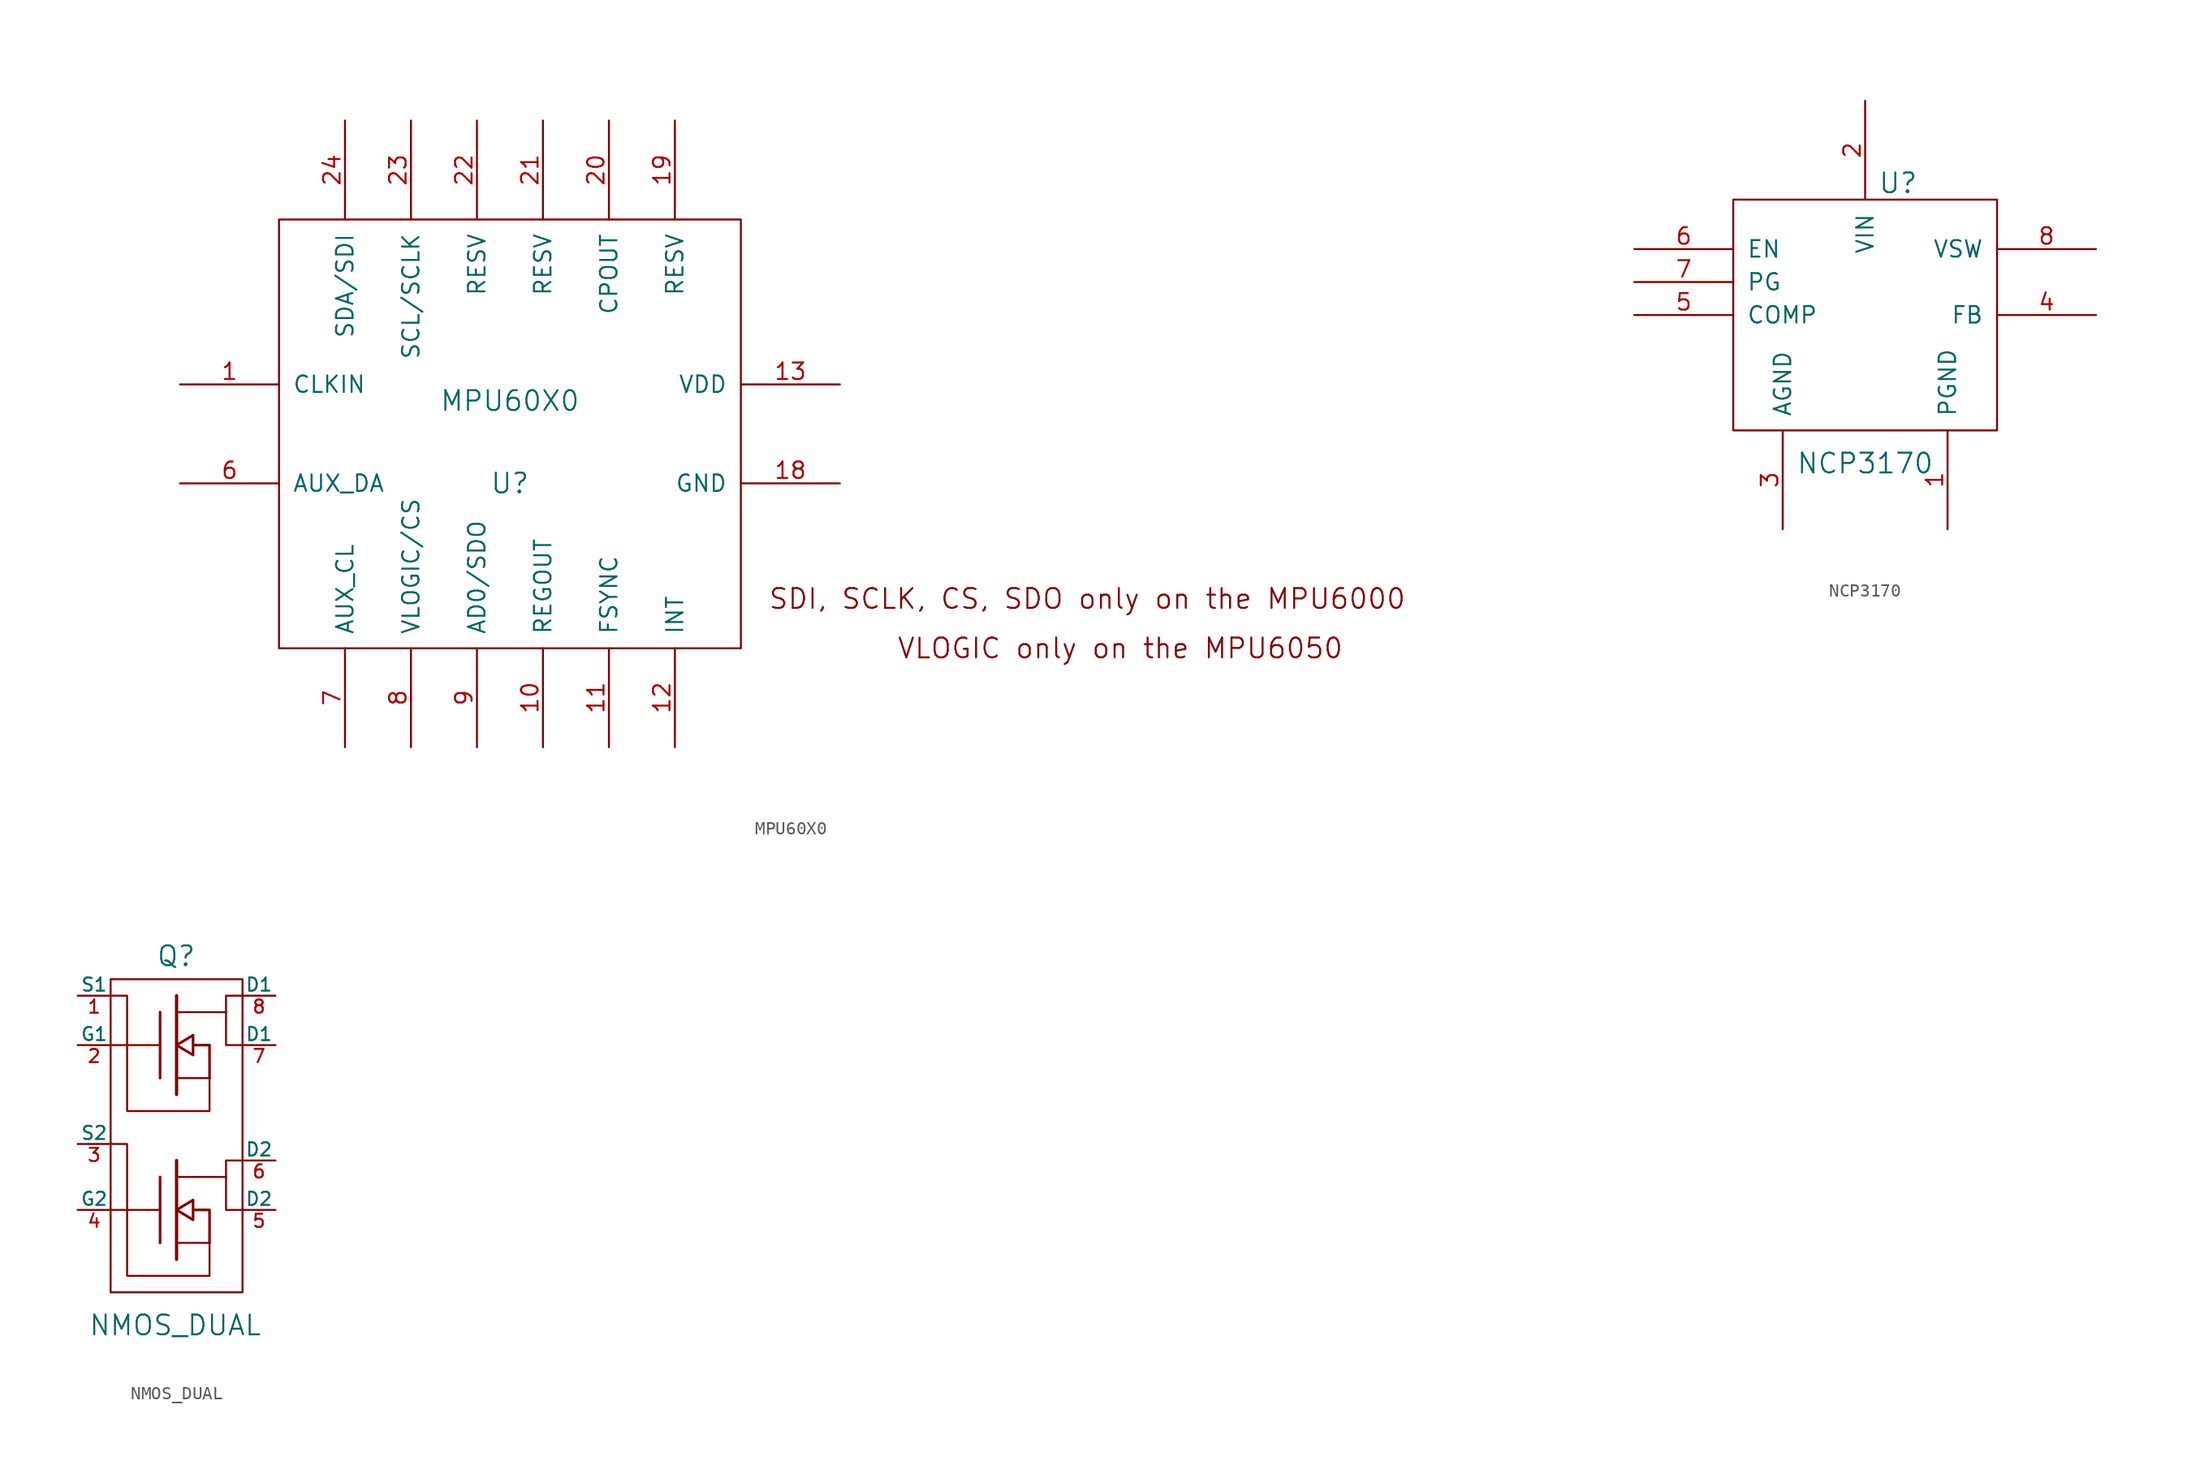
<source format=kicad_sym>
(kicad_symbol_lib
  (version 20211014)
  (generator kicad_symbol_editor)
  (symbol "MPU60X0"
    (pin_names
      (offset 1.016))
    (property "Reference" "U"
      (at 0 -3.81 0)
      (effects (font (size 1.524 1.524))))
    (property "Value" "MPU60X0"
      (at 0 2.54 0)
      (effects (font (size 1.524 1.524))))
    (property "Footprint" ""
      (at 0 0 0)
      (effects (font (size 1.524 1.524))))
    (property "Datasheet" ""
      (at 0 0 0)
      (effects (font (size 1.524 1.524))))
    (symbol "MPU60X0_0_0"
      (text "SDI, SCLK, CS, SDO only on the MPU6000" (at 44.45 -12.7 0) (effects (font (size 1.524 1.524))))
      (text "VLOGIC only on the MPU6050" (at 46.99 -16.51 0) (effects (font (size 1.524 1.524)))))
    (symbol "MPU60X0_0_1"
      (rectangle (start -17.78 16.51) (end 17.78 -16.51) (stroke (width 0) (type default) (color 0 0 0 0)) (fill (type none))))
    (symbol "MPU60X0_1_1"
      (pin input line (at -25.4 3.81 0) (length 7.62) (name "CLKIN" (effects (font (size 1.27 1.27)))) (number "1" (effects (font (size 1.27 1.27)))))
      (pin input line (at 2.54 -24.13 90) (length 7.62) (name "REGOUT" (effects (font (size 1.27 1.27)))) (number "10" (effects (font (size 1.27 1.27)))))
      (pin input line (at 7.62 -24.13 90) (length 7.62) (name "FSYNC" (effects (font (size 1.27 1.27)))) (number "11" (effects (font (size 1.27 1.27)))))
      (pin input line (at 12.7 -24.13 90) (length 7.62) (name "INT" (effects (font (size 1.27 1.27)))) (number "12" (effects (font (size 1.27 1.27)))))
      (pin power_in line (at 25.4 3.81 180) (length 7.62) (name "VDD" (effects (font (size 1.27 1.27)))) (number "13" (effects (font (size 1.27 1.27)))))
      (pin power_in line (at 25.4 -3.81 180) (length 7.62) (name "GND" (effects (font (size 1.27 1.27)))) (number "18" (effects (font (size 1.27 1.27)))))
      (pin input line (at 12.7 24.13 270) (length 7.62) (name "RESV" (effects (font (size 1.27 1.27)))) (number "19" (effects (font (size 1.27 1.27)))))
      (pin input line (at 7.62 24.13 270) (length 7.62) (name "CPOUT" (effects (font (size 1.27 1.27)))) (number "20" (effects (font (size 1.27 1.27)))))
      (pin input line (at 2.54 24.13 270) (length 7.62) (name "RESV" (effects (font (size 1.27 1.27)))) (number "21" (effects (font (size 1.27 1.27)))))
      (pin input line (at -2.54 24.13 270) (length 7.62) (name "RESV" (effects (font (size 1.27 1.27)))) (number "22" (effects (font (size 1.27 1.27)))))
      (pin input line (at -7.62 24.13 270) (length 7.62) (name "SCL/SCLK" (effects (font (size 1.27 1.27)))) (number "23" (effects (font (size 1.27 1.27)))))
      (pin input line (at -12.7 24.13 270) (length 7.62) (name "SDA/SDI" (effects (font (size 1.27 1.27)))) (number "24" (effects (font (size 1.27 1.27)))))
      (pin input line (at -25.4 -3.81 0) (length 7.62) (name "AUX_DA" (effects (font (size 1.27 1.27)))) (number "6" (effects (font (size 1.27 1.27)))))
      (pin input line (at -12.7 -24.13 90) (length 7.62) (name "AUX_CL" (effects (font (size 1.27 1.27)))) (number "7" (effects (font (size 1.27 1.27)))))
      (pin input line (at -7.62 -24.13 90) (length 7.62) (name "VLOGIC/CS" (effects (font (size 1.27 1.27)))) (number "8" (effects (font (size 1.27 1.27)))))
      (pin input line (at -2.54 -24.13 90) (length 7.62) (name "AD0/SDO" (effects (font (size 1.27 1.27)))) (number "9" (effects (font (size 1.27 1.27)))))))
  (symbol "NCP3170"
    (pin_names
      (offset 1.016))
    (property "Reference" "U"
      (at 2.54 10.16 0)
      (effects (font (size 1.524 1.524))))
    (property "Value" "NCP3170"
      (at 0 -11.43 0)
      (effects (font (size 1.524 1.524))))
    (property "Footprint" ""
      (at 0 0 0)
      (effects (font (size 1.524 1.524))))
    (property "Datasheet" ""
      (at 0 0 0)
      (effects (font (size 1.524 1.524))))
    (symbol "NCP3170_0_1"
      (rectangle (start -10.16 8.89) (end 10.16 -8.89) (stroke (width 0) (type default) (color 0 0 0 0)) (fill (type none))))
    (symbol "NCP3170_1_1"
      (pin power_in line (at 6.35 -16.51 90) (length 7.62) (name "PGND" (effects (font (size 1.27 1.27)))) (number "1" (effects (font (size 1.27 1.27)))))
      (pin power_in line (at 0 16.51 270) (length 7.62) (name "VIN" (effects (font (size 1.27 1.27)))) (number "2" (effects (font (size 1.27 1.27)))))
      (pin bidirectional line (at -6.35 -16.51 90) (length 7.62) (name "AGND" (effects (font (size 1.27 1.27)))) (number "3" (effects (font (size 1.27 1.27)))))
      (pin input line (at 17.78 0 180) (length 7.62) (name "FB" (effects (font (size 1.27 1.27)))) (number "4" (effects (font (size 1.27 1.27)))))
      (pin input line (at -17.78 0 0) (length 7.62) (name "COMP" (effects (font (size 1.27 1.27)))) (number "5" (effects (font (size 1.27 1.27)))))
      (pin input line (at -17.78 5.08 0) (length 7.62) (name "EN" (effects (font (size 1.27 1.27)))) (number "6" (effects (font (size 1.27 1.27)))))
      (pin output line (at -17.78 2.54 0) (length 7.62) (name "PG" (effects (font (size 1.27 1.27)))) (number "7" (effects (font (size 1.27 1.27)))))
      (pin power_out line (at 17.78 5.08 180) (length 7.62) (name "VSW" (effects (font (size 1.27 1.27)))) (number "8" (effects (font (size 1.27 1.27)))))))
  (symbol "NMOS_DUAL"
    (pin_names
      (offset 0))
    (property "Reference" "Q"
      (at 1.524 13.208 0)
      (effects (font (size 1.524 1.524)) (justify right)))
    (property "Value" "NMOS_DUAL"
      (at 6.604 -15.24 0)
      (effects (font (size 1.524 1.524)) (justify right)))
    (property "Footprint" ""
      (at 0 0 0)
      (effects (font (size 1.524 1.524))))
    (property "Datasheet" ""
      (at 0 0 0)
      (effects (font (size 1.524 1.524))))
    (symbol "NMOS_DUAL_0_1"
      (rectangle (start -5.08 11.43) (end 5.08 -12.7) (stroke (width 0) (type default) (color 0 0 0 0)) (fill (type none)))
      (polyline (pts (xy -5.08 -6.35) (xy -3.81 -6.35)) (stroke (width 0) (type default) (color 0 0 0 0)) (fill (type none)))
      (polyline (pts (xy -5.08 6.35) (xy -3.81 6.35)) (stroke (width 0) (type default) (color 0 0 0 0)) (fill (type none)))
      (polyline (pts (xy -3.81 -6.35) (xy -1.27 -6.35)) (stroke (width 0) (type default) (color 0 0 0 0)) (fill (type none)))
      (polyline (pts (xy -3.81 6.35) (xy -1.27 6.35)) (stroke (width 0) (type default) (color 0 0 0 0)) (fill (type none)))
      (polyline (pts (xy -1.27 -8.89) (xy -1.27 -3.81)) (stroke (width 0.203) (type default) (color 0 0 0 0)) (fill (type none)))
      (polyline (pts (xy -1.27 3.81) (xy -1.27 8.89)) (stroke (width 0.203) (type default) (color 0 0 0 0)) (fill (type none)))
      (polyline (pts (xy 0 -10.16) (xy 0 -2.54)) (stroke (width 0.254) (type default) (color 0 0 0 0)) (fill (type none)))
      (polyline (pts (xy 0 -3.81) (xy 3.81 -3.81)) (stroke (width 0) (type default) (color 0 0 0 0)) (fill (type none)))
      (polyline (pts (xy 0 2.54) (xy 0 10.16)) (stroke (width 0.254) (type default) (color 0 0 0 0)) (fill (type none)))
      (polyline (pts (xy 0 8.89) (xy 3.81 8.89)) (stroke (width 0) (type default) (color 0 0 0 0)) (fill (type none)))
      (polyline (pts (xy 2.54 -8.89) (xy 0 -8.89)) (stroke (width 0) (type default) (color 0 0 0 0)) (fill (type none)))
      (polyline (pts (xy 2.54 3.81) (xy 0 3.81)) (stroke (width 0) (type default) (color 0 0 0 0)) (fill (type none)))
      (polyline (pts (xy 2.54 -8.89) (xy 2.54 -6.35) (xy 1.27 -6.35)) (stroke (width 0.203) (type default) (color 0 0 0 0)) (fill (type none)))
      (polyline (pts (xy 2.54 3.81) (xy 2.54 6.35) (xy 1.27 6.35)) (stroke (width 0.203) (type default) (color 0 0 0 0)) (fill (type none)))
      (polyline (pts (xy 5.08 -2.54) (xy 3.81 -2.54) (xy 3.81 -6.35) (xy 5.08 -6.35)) (stroke (width 0) (type default) (color 0 0 0 0)) (fill (type none)))
      (polyline (pts (xy 5.08 10.16) (xy 3.81 10.16) (xy 3.81 6.35) (xy 5.08 6.35)) (stroke (width 0) (type default) (color 0 0 0 0)) (fill (type none)))
      (polyline (pts (xy -5.08 -1.27) (xy -3.81 -1.27) (xy -3.81 -11.43) (xy 2.54 -11.43) (xy 2.54 -8.89)) (stroke (width 0) (type default) (color 0 0 0 0)) (fill (type none)))
      (polyline (pts (xy -5.08 10.16) (xy -3.81 10.16) (xy -3.81 1.27) (xy 2.54 1.27) (xy 2.54 3.81)) (stroke (width 0) (type default) (color 0 0 0 0)) (fill (type none)))
      (polyline (pts (xy 1.27 -5.588) (xy 1.27 -7.112) (xy 0 -6.35) (xy 1.27 -5.588) (xy 1.27 -5.588)) (stroke (width 0.203) (type default) (color 0 0 0 0)) (fill (type none)))
      (polyline (pts (xy 1.27 7.112) (xy 1.27 5.588) (xy 0 6.35) (xy 1.27 7.112) (xy 1.27 7.112)) (stroke (width 0.203) (type default) (color 0 0 0 0)) (fill (type none))))
    (symbol "NMOS_DUAL_1_1"
      (pin passive line (at -7.62 10.16 0) (length 2.54) (name "S1" (effects (font (size 1.016 1.016)))) (number "1" (effects (font (size 1.016 1.016)))))
      (pin input line (at -7.62 6.35 0) (length 2.54) (name "G1" (effects (font (size 1.016 1.016)))) (number "2" (effects (font (size 1.016 1.016)))))
      (pin passive line (at -7.62 -1.27 0) (length 2.54) (name "S2" (effects (font (size 1.016 1.016)))) (number "3" (effects (font (size 1.016 1.016)))))
      (pin input line (at -7.62 -6.35 0) (length 2.54) (name "G2" (effects (font (size 1.016 1.016)))) (number "4" (effects (font (size 1.016 1.016)))))
      (pin passive line (at 7.62 -6.35 180) (length 2.54) (name "D2" (effects (font (size 1.016 1.016)))) (number "5" (effects (font (size 1.016 1.016)))))
      (pin passive line (at 7.62 -2.54 180) (length 2.54) (name "D2" (effects (font (size 1.016 1.016)))) (number "6" (effects (font (size 1.016 1.016)))))
      (pin passive line (at 7.62 6.35 180) (length 2.54) (name "D1" (effects (font (size 1.016 1.016)))) (number "7" (effects (font (size 1.016 1.016)))))
      (pin passive line (at 7.62 10.16 180) (length 2.54) (name "D1" (effects (font (size 1.016 1.016)))) (number "8" (effects (font (size 1.016 1.016))))))))
</source>
